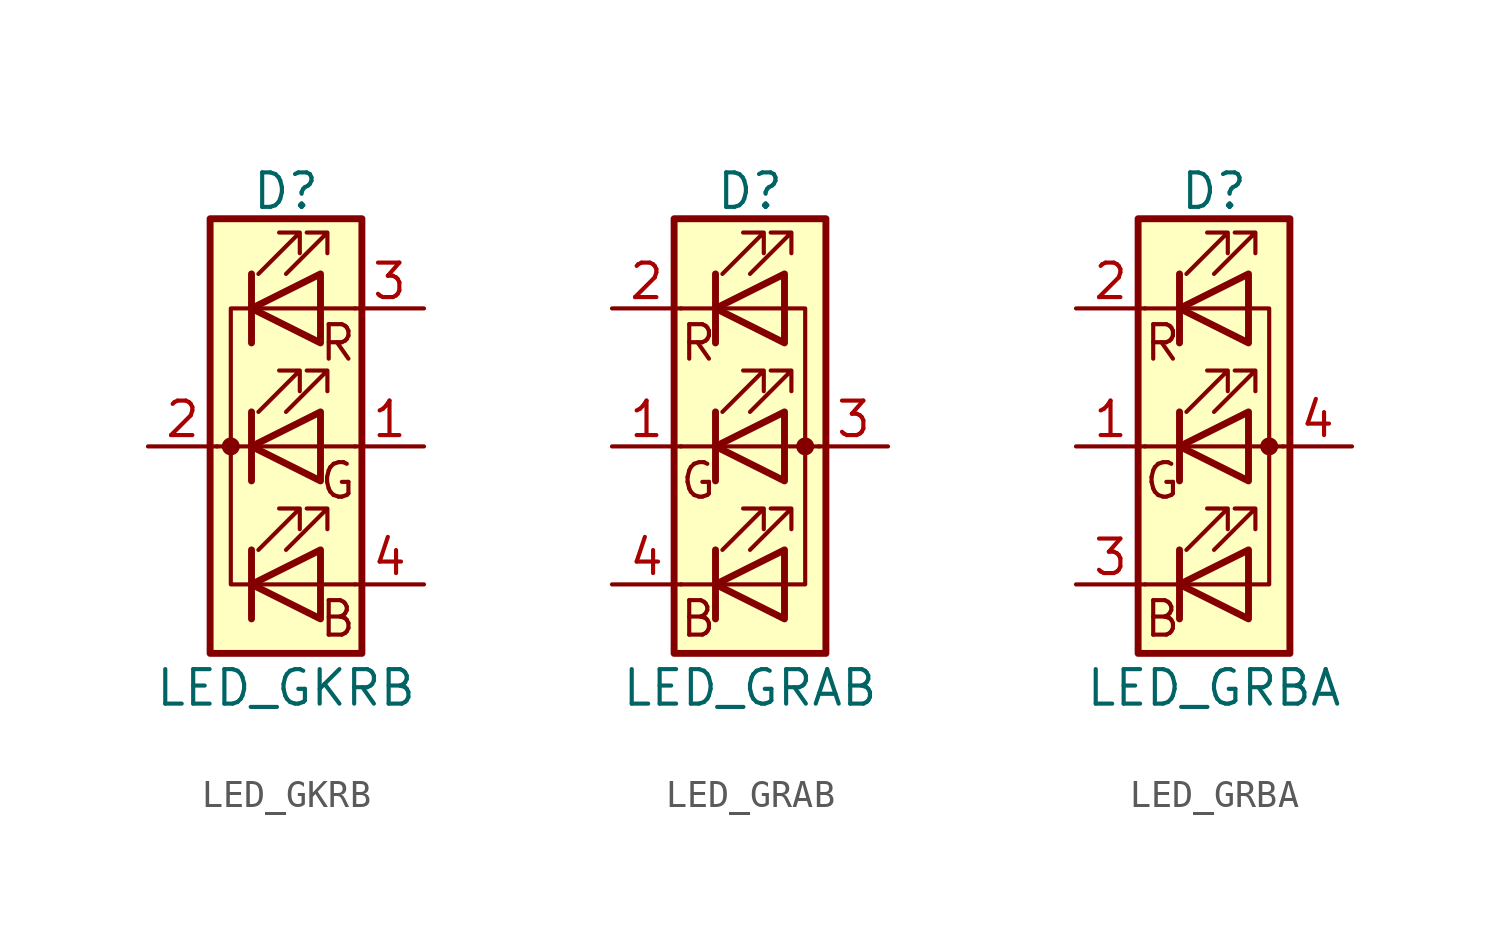
<source format=kicad_sym>
(kicad_symbol_lib
  (version 20211014)
  (generator kicad_symbol_editor)
  (symbol "LED_GKRB"
    (pin_names
      (offset 0) hide)
    (property "Reference" "D"
      (at 0 9.398 0)
      (effects (font (size 1.27 1.27))))
    (property "Value" "LED_GKRB"
      (at 0 -8.89 0)
      (effects (font (size 1.27 1.27))))
    (symbol "LED_GKRB_0_0"
      (text "B" (at 1.905 -6.35 0) (effects (font (size 1.27 1.27))))
      (text "G" (at 1.905 -1.27 0) (effects (font (size 1.27 1.27))))
      (text "R" (at 1.905 3.81 0) (effects (font (size 1.27 1.27)))))
    (symbol "LED_GKRB_0_1"
      (circle (center -2.032 0) (radius 0.254) (stroke (width 0) (type default) (color 0 0 0 0)) (fill (type outline)))
      (polyline (pts (xy -1.27 -5.08) (xy 1.27 -5.08)) (stroke (width 0) (type default) (color 0 0 0 0)) (fill (type none)))
      (polyline (pts (xy -1.27 -3.81) (xy -1.27 -6.35)) (stroke (width 0.254) (type default) (color 0 0 0 0)) (fill (type none)))
      (polyline (pts (xy -1.27 0) (xy -2.54 0)) (stroke (width 0) (type default) (color 0 0 0 0)) (fill (type none)))
      (polyline (pts (xy -1.27 1.27) (xy -1.27 -1.27)) (stroke (width 0.254) (type default) (color 0 0 0 0)) (fill (type none)))
      (polyline (pts (xy -1.27 5.08) (xy 1.27 5.08)) (stroke (width 0) (type default) (color 0 0 0 0)) (fill (type none)))
      (polyline (pts (xy -1.27 6.35) (xy -1.27 3.81)) (stroke (width 0.254) (type default) (color 0 0 0 0)) (fill (type none)))
      (polyline (pts (xy 1.27 -5.08) (xy 2.54 -5.08)) (stroke (width 0) (type default) (color 0 0 0 0)) (fill (type none)))
      (polyline (pts (xy 1.27 0) (xy -1.27 0)) (stroke (width 0) (type default) (color 0 0 0 0)) (fill (type none)))
      (polyline (pts (xy 1.27 0) (xy 2.54 0)) (stroke (width 0) (type default) (color 0 0 0 0)) (fill (type none)))
      (polyline (pts (xy 1.27 5.08) (xy 2.54 5.08)) (stroke (width 0) (type default) (color 0 0 0 0)) (fill (type none)))
      (polyline (pts (xy -1.27 1.27) (xy -1.27 -1.27) (xy -1.27 -1.27)) (stroke (width 0) (type default) (color 0 0 0 0)) (fill (type none)))
      (polyline (pts (xy -1.27 6.35) (xy -1.27 3.81) (xy -1.27 3.81)) (stroke (width 0) (type default) (color 0 0 0 0)) (fill (type none)))
      (polyline (pts (xy -1.27 5.08) (xy -2.032 5.08) (xy -2.032 -5.08) (xy -1.016 -5.08)) (stroke (width 0) (type default) (color 0 0 0 0)) (fill (type none)))
      (polyline (pts (xy 1.27 -3.81) (xy 1.27 -6.35) (xy -1.27 -5.08) (xy 1.27 -3.81)) (stroke (width 0.254) (type default) (color 0 0 0 0)) (fill (type none)))
      (polyline (pts (xy 1.27 1.27) (xy 1.27 -1.27) (xy -1.27 0) (xy 1.27 1.27)) (stroke (width 0.254) (type default) (color 0 0 0 0)) (fill (type none)))
      (polyline (pts (xy 1.27 6.35) (xy 1.27 3.81) (xy -1.27 5.08) (xy 1.27 6.35)) (stroke (width 0.254) (type default) (color 0 0 0 0)) (fill (type none)))
      (polyline (pts (xy -1.016 -3.81) (xy 0.508 -2.286) (xy -0.254 -2.286) (xy 0.508 -2.286) (xy 0.508 -3.048)) (stroke (width 0) (type default) (color 0 0 0 0)) (fill (type none)))
      (polyline (pts (xy -1.016 1.27) (xy 0.508 2.794) (xy -0.254 2.794) (xy 0.508 2.794) (xy 0.508 2.032)) (stroke (width 0) (type default) (color 0 0 0 0)) (fill (type none)))
      (polyline (pts (xy -1.016 6.35) (xy 0.508 7.874) (xy -0.254 7.874) (xy 0.508 7.874) (xy 0.508 7.112)) (stroke (width 0) (type default) (color 0 0 0 0)) (fill (type none)))
      (polyline (pts (xy 0 -3.81) (xy 1.524 -2.286) (xy 0.762 -2.286) (xy 1.524 -2.286) (xy 1.524 -3.048)) (stroke (width 0) (type default) (color 0 0 0 0)) (fill (type none)))
      (polyline (pts (xy 0 1.27) (xy 1.524 2.794) (xy 0.762 2.794) (xy 1.524 2.794) (xy 1.524 2.032)) (stroke (width 0) (type default) (color 0 0 0 0)) (fill (type none)))
      (polyline (pts (xy 0 6.35) (xy 1.524 7.874) (xy 0.762 7.874) (xy 1.524 7.874) (xy 1.524 7.112)) (stroke (width 0) (type default) (color 0 0 0 0)) (fill (type none)))
      (rectangle (start 1.27 -1.27) (end 1.27 1.27) (stroke (width 0) (type default) (color 0 0 0 0)) (fill (type none)))
      (rectangle (start 1.27 1.27) (end 1.27 1.27) (stroke (width 0) (type default) (color 0 0 0 0)) (fill (type none)))
      (rectangle (start 1.27 3.81) (end 1.27 6.35) (stroke (width 0) (type default) (color 0 0 0 0)) (fill (type none)))
      (rectangle (start 1.27 6.35) (end 1.27 6.35) (stroke (width 0) (type default) (color 0 0 0 0)) (fill (type none)))
      (rectangle (start 2.794 8.382) (end -2.794 -7.62) (stroke (width 0.254) (type default) (color 0 0 0 0)) (fill (type background))))
    (symbol "LED_GKRB_1_1"
      (pin passive line (at 5.08 0 180) (length 2.54) (name "GA" (effects (font (size 1.27 1.27)))) (number "1" (effects (font (size 1.27 1.27)))))
      (pin passive line (at -5.08 0 0) (length 2.54) (name "K" (effects (font (size 1.27 1.27)))) (number "2" (effects (font (size 1.27 1.27)))))
      (pin passive line (at 5.08 5.08 180) (length 2.54) (name "RA" (effects (font (size 1.27 1.27)))) (number "3" (effects (font (size 1.27 1.27)))))
      (pin passive line (at 5.08 -5.08 180) (length 2.54) (name "BA" (effects (font (size 1.27 1.27)))) (number "4" (effects (font (size 1.27 1.27)))))))
  (symbol "LED_GRAB"
    (pin_names
      (offset 0) hide)
    (property "Reference" "D"
      (at 0 9.398 0)
      (effects (font (size 1.27 1.27))))
    (property "Value" "LED_GRAB"
      (at 0 -8.89 0)
      (effects (font (size 1.27 1.27))))
    (symbol "LED_GRAB_0_0"
      (text "B" (at -1.905 -6.35 0) (effects (font (size 1.27 1.27))))
      (text "G" (at -1.905 -1.27 0) (effects (font (size 1.27 1.27))))
      (text "R" (at -1.905 3.81 0) (effects (font (size 1.27 1.27)))))
    (symbol "LED_GRAB_0_1"
      (polyline (pts (xy -1.27 -5.08) (xy -2.54 -5.08)) (stroke (width 0) (type default) (color 0 0 0 0)) (fill (type none)))
      (polyline (pts (xy -1.27 -5.08) (xy 1.27 -5.08)) (stroke (width 0) (type default) (color 0 0 0 0)) (fill (type none)))
      (polyline (pts (xy -1.27 -3.81) (xy -1.27 -6.35)) (stroke (width 0.254) (type default) (color 0 0 0 0)) (fill (type none)))
      (polyline (pts (xy -1.27 0) (xy -2.54 0)) (stroke (width 0) (type default) (color 0 0 0 0)) (fill (type none)))
      (polyline (pts (xy -1.27 1.27) (xy -1.27 -1.27)) (stroke (width 0.254) (type default) (color 0 0 0 0)) (fill (type none)))
      (polyline (pts (xy -1.27 5.08) (xy -2.54 5.08)) (stroke (width 0) (type default) (color 0 0 0 0)) (fill (type none)))
      (polyline (pts (xy -1.27 5.08) (xy 1.27 5.08)) (stroke (width 0) (type default) (color 0 0 0 0)) (fill (type none)))
      (polyline (pts (xy -1.27 6.35) (xy -1.27 3.81)) (stroke (width 0.254) (type default) (color 0 0 0 0)) (fill (type none)))
      (polyline (pts (xy 1.27 0) (xy -1.27 0)) (stroke (width 0) (type default) (color 0 0 0 0)) (fill (type none)))
      (polyline (pts (xy 1.27 0) (xy 2.54 0)) (stroke (width 0) (type default) (color 0 0 0 0)) (fill (type none)))
      (polyline (pts (xy -1.27 1.27) (xy -1.27 -1.27) (xy -1.27 -1.27)) (stroke (width 0) (type default) (color 0 0 0 0)) (fill (type none)))
      (polyline (pts (xy -1.27 6.35) (xy -1.27 3.81) (xy -1.27 3.81)) (stroke (width 0) (type default) (color 0 0 0 0)) (fill (type none)))
      (polyline (pts (xy 1.27 -5.08) (xy 2.032 -5.08) (xy 2.032 5.08) (xy 1.27 5.08)) (stroke (width 0) (type default) (color 0 0 0 0)) (fill (type none)))
      (polyline (pts (xy 1.27 -3.81) (xy 1.27 -6.35) (xy -1.27 -5.08) (xy 1.27 -3.81)) (stroke (width 0.254) (type default) (color 0 0 0 0)) (fill (type none)))
      (polyline (pts (xy 1.27 1.27) (xy 1.27 -1.27) (xy -1.27 0) (xy 1.27 1.27)) (stroke (width 0.254) (type default) (color 0 0 0 0)) (fill (type none)))
      (polyline (pts (xy 1.27 6.35) (xy 1.27 3.81) (xy -1.27 5.08) (xy 1.27 6.35)) (stroke (width 0.254) (type default) (color 0 0 0 0)) (fill (type none)))
      (polyline (pts (xy -1.016 -3.81) (xy 0.508 -2.286) (xy -0.254 -2.286) (xy 0.508 -2.286) (xy 0.508 -3.048)) (stroke (width 0) (type default) (color 0 0 0 0)) (fill (type none)))
      (polyline (pts (xy -1.016 1.27) (xy 0.508 2.794) (xy -0.254 2.794) (xy 0.508 2.794) (xy 0.508 2.032)) (stroke (width 0) (type default) (color 0 0 0 0)) (fill (type none)))
      (polyline (pts (xy -1.016 6.35) (xy 0.508 7.874) (xy -0.254 7.874) (xy 0.508 7.874) (xy 0.508 7.112)) (stroke (width 0) (type default) (color 0 0 0 0)) (fill (type none)))
      (polyline (pts (xy 0 -3.81) (xy 1.524 -2.286) (xy 0.762 -2.286) (xy 1.524 -2.286) (xy 1.524 -3.048)) (stroke (width 0) (type default) (color 0 0 0 0)) (fill (type none)))
      (polyline (pts (xy 0 1.27) (xy 1.524 2.794) (xy 0.762 2.794) (xy 1.524 2.794) (xy 1.524 2.032)) (stroke (width 0) (type default) (color 0 0 0 0)) (fill (type none)))
      (polyline (pts (xy 0 6.35) (xy 1.524 7.874) (xy 0.762 7.874) (xy 1.524 7.874) (xy 1.524 7.112)) (stroke (width 0) (type default) (color 0 0 0 0)) (fill (type none)))
      (rectangle (start 1.27 -1.27) (end 1.27 1.27) (stroke (width 0) (type default) (color 0 0 0 0)) (fill (type none)))
      (rectangle (start 1.27 1.27) (end 1.27 1.27) (stroke (width 0) (type default) (color 0 0 0 0)) (fill (type none)))
      (rectangle (start 1.27 3.81) (end 1.27 6.35) (stroke (width 0) (type default) (color 0 0 0 0)) (fill (type none)))
      (rectangle (start 1.27 6.35) (end 1.27 6.35) (stroke (width 0) (type default) (color 0 0 0 0)) (fill (type none)))
      (circle (center 2.032 0) (radius 0.254) (stroke (width 0) (type default) (color 0 0 0 0)) (fill (type outline)))
      (rectangle (start 2.794 8.382) (end -2.794 -7.62) (stroke (width 0.254) (type default) (color 0 0 0 0)) (fill (type background))))
    (symbol "LED_GRAB_1_1"
      (pin passive line (at -5.08 0 0) (length 2.54) (name "GK" (effects (font (size 1.27 1.27)))) (number "1" (effects (font (size 1.27 1.27)))))
      (pin passive line (at -5.08 5.08 0) (length 2.54) (name "RK" (effects (font (size 1.27 1.27)))) (number "2" (effects (font (size 1.27 1.27)))))
      (pin passive line (at 5.08 0 180) (length 2.54) (name "A" (effects (font (size 1.27 1.27)))) (number "3" (effects (font (size 1.27 1.27)))))
      (pin passive line (at -5.08 -5.08 0) (length 2.54) (name "BK" (effects (font (size 1.27 1.27)))) (number "4" (effects (font (size 1.27 1.27)))))))
  (symbol "LED_GRBA"
    (pin_names
      (offset 0) hide)
    (property "Reference" "D"
      (at 0 9.398 0)
      (effects (font (size 1.27 1.27))))
    (property "Value" "LED_GRBA"
      (at 0 -8.89 0)
      (effects (font (size 1.27 1.27))))
    (symbol "LED_GRBA_0_0"
      (text "B" (at -1.905 -6.35 0) (effects (font (size 1.27 1.27))))
      (text "G" (at -1.905 -1.27 0) (effects (font (size 1.27 1.27))))
      (text "R" (at -1.905 3.81 0) (effects (font (size 1.27 1.27)))))
    (symbol "LED_GRBA_0_1"
      (polyline (pts (xy -1.27 -5.08) (xy -2.54 -5.08)) (stroke (width 0) (type default) (color 0 0 0 0)) (fill (type none)))
      (polyline (pts (xy -1.27 -5.08) (xy 1.27 -5.08)) (stroke (width 0) (type default) (color 0 0 0 0)) (fill (type none)))
      (polyline (pts (xy -1.27 -3.81) (xy -1.27 -6.35)) (stroke (width 0.254) (type default) (color 0 0 0 0)) (fill (type none)))
      (polyline (pts (xy -1.27 0) (xy -2.54 0)) (stroke (width 0) (type default) (color 0 0 0 0)) (fill (type none)))
      (polyline (pts (xy -1.27 1.27) (xy -1.27 -1.27)) (stroke (width 0.254) (type default) (color 0 0 0 0)) (fill (type none)))
      (polyline (pts (xy -1.27 5.08) (xy -2.54 5.08)) (stroke (width 0) (type default) (color 0 0 0 0)) (fill (type none)))
      (polyline (pts (xy -1.27 5.08) (xy 1.27 5.08)) (stroke (width 0) (type default) (color 0 0 0 0)) (fill (type none)))
      (polyline (pts (xy -1.27 6.35) (xy -1.27 3.81)) (stroke (width 0.254) (type default) (color 0 0 0 0)) (fill (type none)))
      (polyline (pts (xy 1.27 0) (xy -1.27 0)) (stroke (width 0) (type default) (color 0 0 0 0)) (fill (type none)))
      (polyline (pts (xy 1.27 0) (xy 2.54 0)) (stroke (width 0) (type default) (color 0 0 0 0)) (fill (type none)))
      (polyline (pts (xy -1.27 1.27) (xy -1.27 -1.27) (xy -1.27 -1.27)) (stroke (width 0) (type default) (color 0 0 0 0)) (fill (type none)))
      (polyline (pts (xy -1.27 6.35) (xy -1.27 3.81) (xy -1.27 3.81)) (stroke (width 0) (type default) (color 0 0 0 0)) (fill (type none)))
      (polyline (pts (xy 1.27 -5.08) (xy 2.032 -5.08) (xy 2.032 5.08) (xy 1.27 5.08)) (stroke (width 0) (type default) (color 0 0 0 0)) (fill (type none)))
      (polyline (pts (xy 1.27 -3.81) (xy 1.27 -6.35) (xy -1.27 -5.08) (xy 1.27 -3.81)) (stroke (width 0.254) (type default) (color 0 0 0 0)) (fill (type none)))
      (polyline (pts (xy 1.27 1.27) (xy 1.27 -1.27) (xy -1.27 0) (xy 1.27 1.27)) (stroke (width 0.254) (type default) (color 0 0 0 0)) (fill (type none)))
      (polyline (pts (xy 1.27 6.35) (xy 1.27 3.81) (xy -1.27 5.08) (xy 1.27 6.35)) (stroke (width 0.254) (type default) (color 0 0 0 0)) (fill (type none)))
      (polyline (pts (xy -1.016 -3.81) (xy 0.508 -2.286) (xy -0.254 -2.286) (xy 0.508 -2.286) (xy 0.508 -3.048)) (stroke (width 0) (type default) (color 0 0 0 0)) (fill (type none)))
      (polyline (pts (xy -1.016 1.27) (xy 0.508 2.794) (xy -0.254 2.794) (xy 0.508 2.794) (xy 0.508 2.032)) (stroke (width 0) (type default) (color 0 0 0 0)) (fill (type none)))
      (polyline (pts (xy -1.016 6.35) (xy 0.508 7.874) (xy -0.254 7.874) (xy 0.508 7.874) (xy 0.508 7.112)) (stroke (width 0) (type default) (color 0 0 0 0)) (fill (type none)))
      (polyline (pts (xy 0 -3.81) (xy 1.524 -2.286) (xy 0.762 -2.286) (xy 1.524 -2.286) (xy 1.524 -3.048)) (stroke (width 0) (type default) (color 0 0 0 0)) (fill (type none)))
      (polyline (pts (xy 0 1.27) (xy 1.524 2.794) (xy 0.762 2.794) (xy 1.524 2.794) (xy 1.524 2.032)) (stroke (width 0) (type default) (color 0 0 0 0)) (fill (type none)))
      (polyline (pts (xy 0 6.35) (xy 1.524 7.874) (xy 0.762 7.874) (xy 1.524 7.874) (xy 1.524 7.112)) (stroke (width 0) (type default) (color 0 0 0 0)) (fill (type none)))
      (rectangle (start 1.27 -1.27) (end 1.27 1.27) (stroke (width 0) (type default) (color 0 0 0 0)) (fill (type none)))
      (rectangle (start 1.27 1.27) (end 1.27 1.27) (stroke (width 0) (type default) (color 0 0 0 0)) (fill (type none)))
      (rectangle (start 1.27 3.81) (end 1.27 6.35) (stroke (width 0) (type default) (color 0 0 0 0)) (fill (type none)))
      (rectangle (start 1.27 6.35) (end 1.27 6.35) (stroke (width 0) (type default) (color 0 0 0 0)) (fill (type none)))
      (circle (center 2.032 0) (radius 0.254) (stroke (width 0) (type default) (color 0 0 0 0)) (fill (type outline)))
      (rectangle (start 2.794 8.382) (end -2.794 -7.62) (stroke (width 0.254) (type default) (color 0 0 0 0)) (fill (type background))))
    (symbol "LED_GRBA_1_1"
      (pin passive line (at -5.08 0 0) (length 2.54) (name "GK" (effects (font (size 1.27 1.27)))) (number "1" (effects (font (size 1.27 1.27)))))
      (pin passive line (at -5.08 5.08 0) (length 2.54) (name "RK" (effects (font (size 1.27 1.27)))) (number "2" (effects (font (size 1.27 1.27)))))
      (pin passive line (at -5.08 -5.08 0) (length 2.54) (name "BK" (effects (font (size 1.27 1.27)))) (number "3" (effects (font (size 1.27 1.27)))))
      (pin passive line (at 5.08 0 180) (length 2.54) (name "A" (effects (font (size 1.27 1.27)))) (number "4" (effects (font (size 1.27 1.27))))))))
</source>
